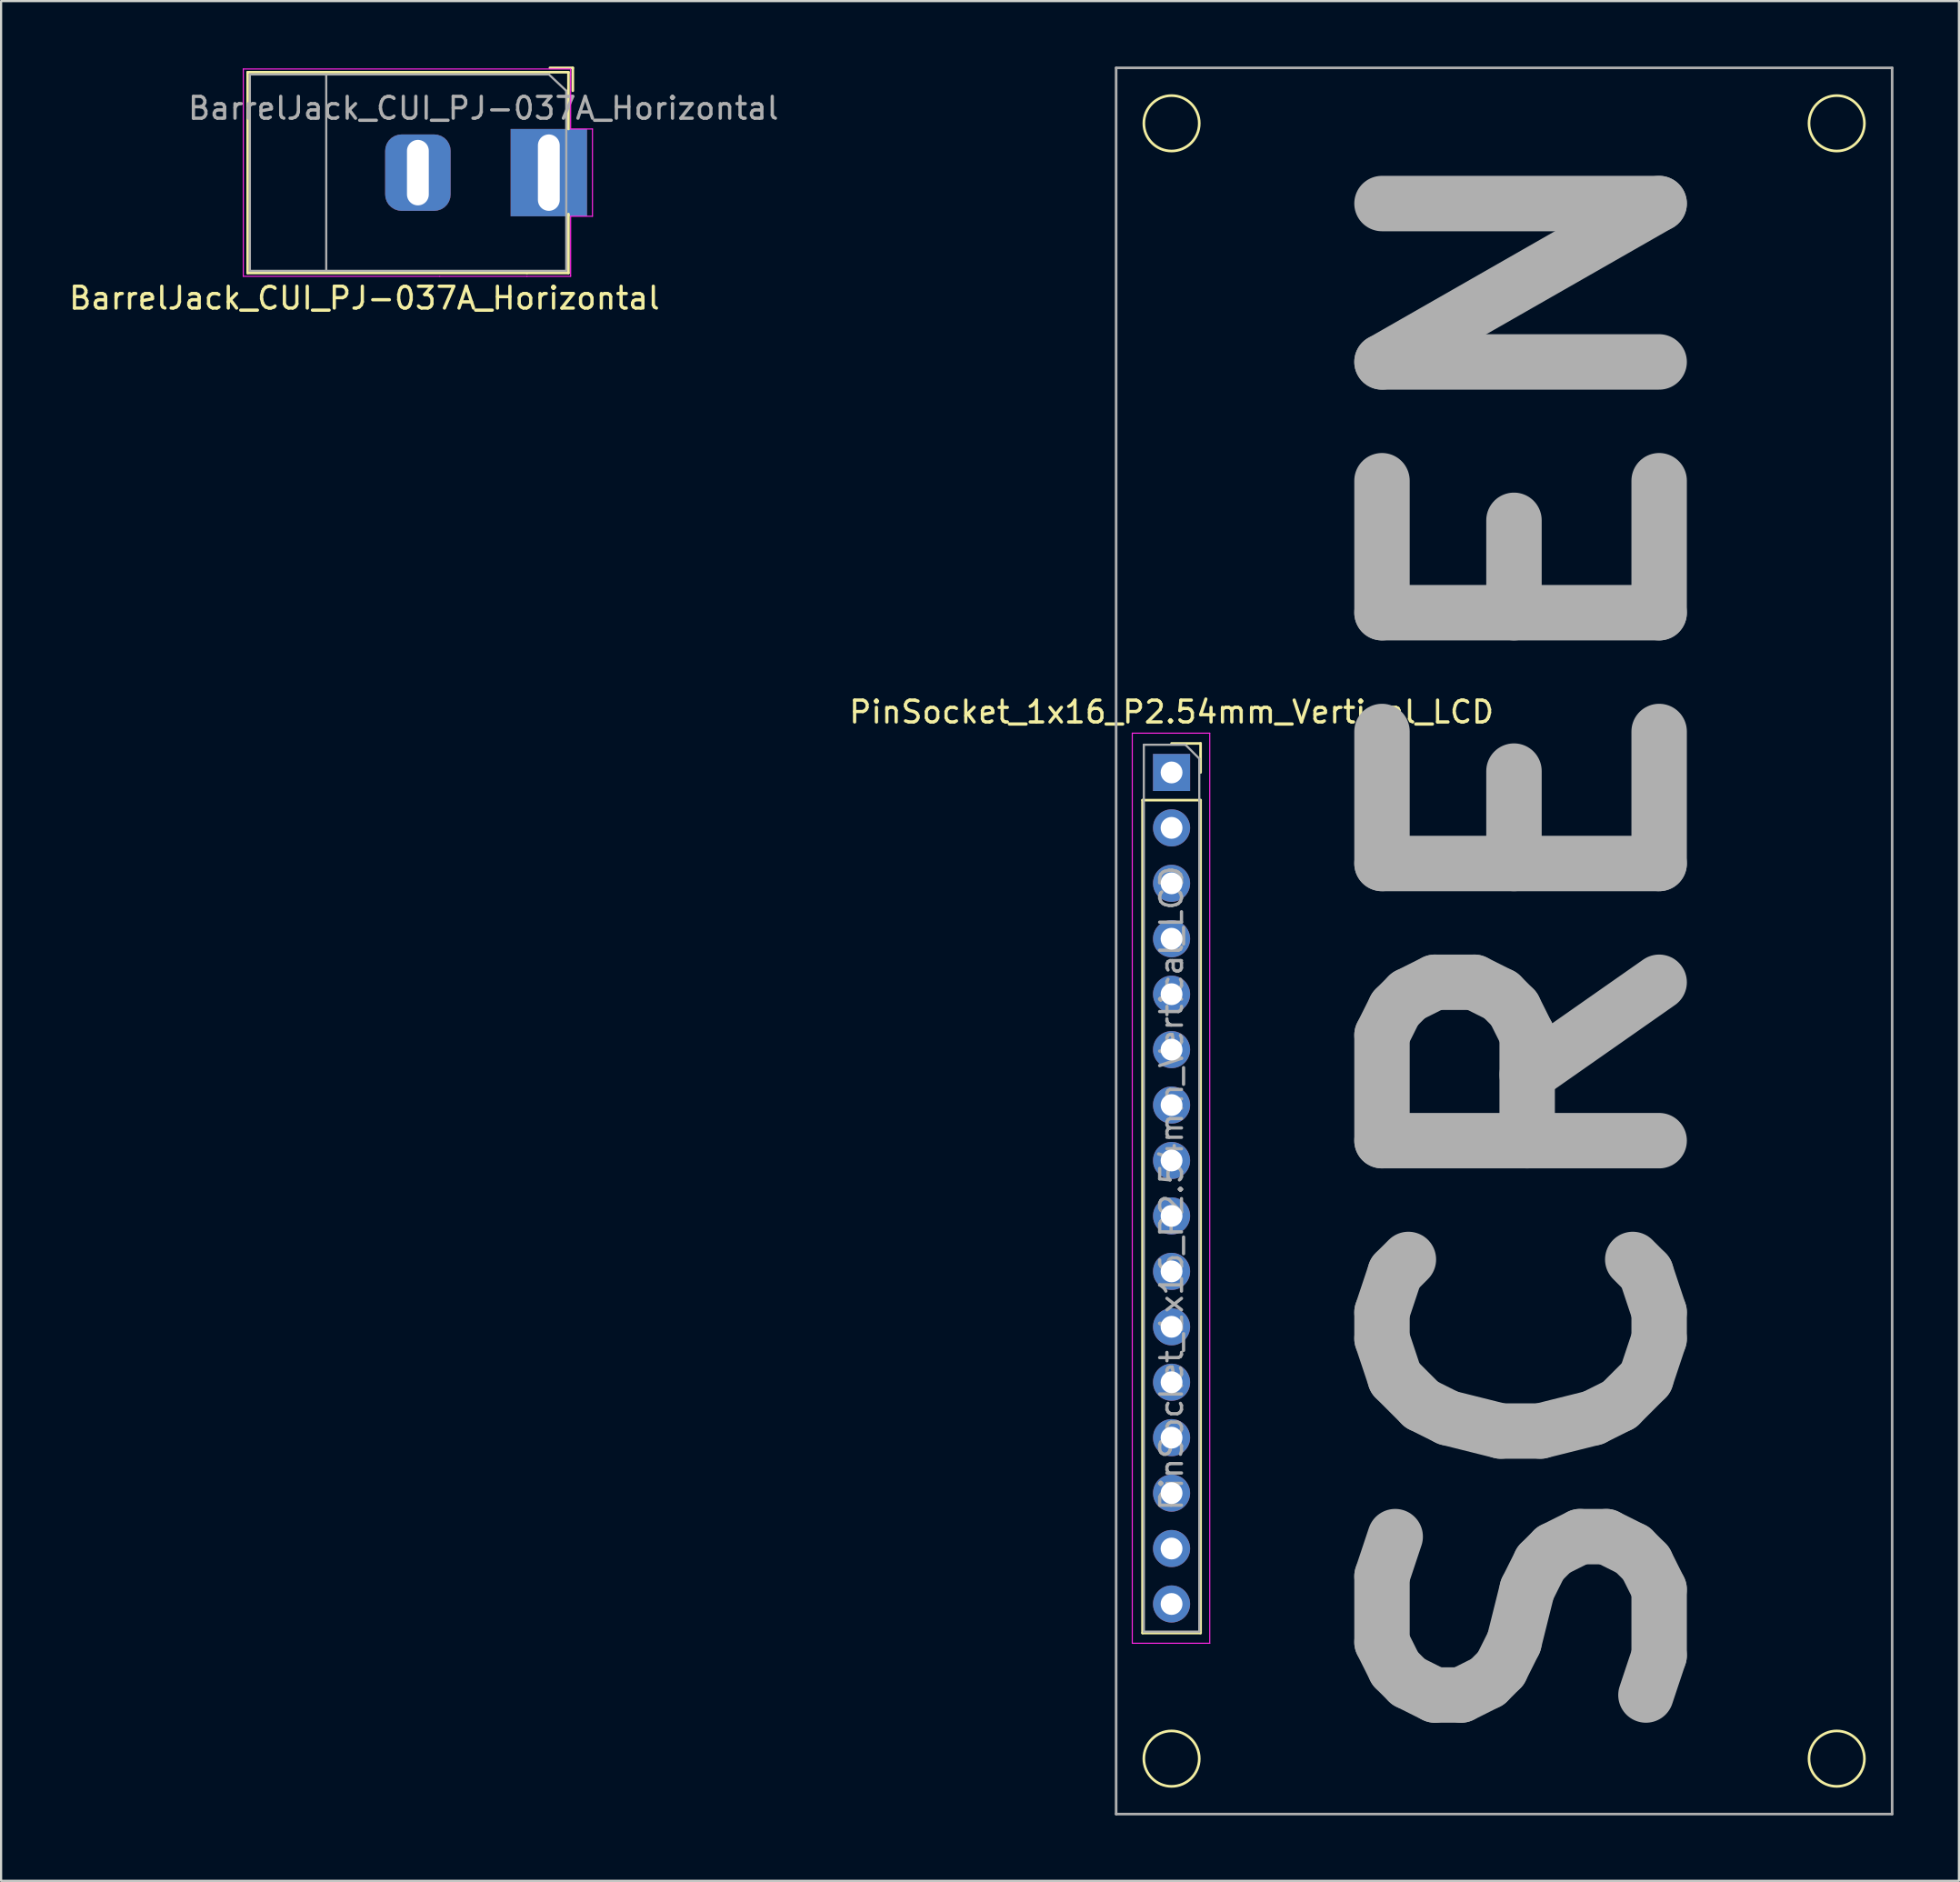
<source format=kicad_pcb>
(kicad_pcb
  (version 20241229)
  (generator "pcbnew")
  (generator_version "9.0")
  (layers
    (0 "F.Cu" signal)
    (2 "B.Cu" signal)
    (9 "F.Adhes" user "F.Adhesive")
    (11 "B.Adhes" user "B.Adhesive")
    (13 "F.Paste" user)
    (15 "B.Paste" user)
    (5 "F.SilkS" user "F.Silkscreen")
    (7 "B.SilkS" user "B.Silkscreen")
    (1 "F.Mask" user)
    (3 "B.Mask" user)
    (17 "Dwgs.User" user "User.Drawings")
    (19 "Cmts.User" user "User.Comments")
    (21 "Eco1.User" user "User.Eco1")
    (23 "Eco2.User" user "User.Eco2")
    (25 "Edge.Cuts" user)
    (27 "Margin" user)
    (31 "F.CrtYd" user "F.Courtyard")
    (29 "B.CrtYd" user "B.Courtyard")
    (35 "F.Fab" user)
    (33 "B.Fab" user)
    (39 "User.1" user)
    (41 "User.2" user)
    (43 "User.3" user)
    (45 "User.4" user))
  (footprint "PinSocket_1x16_P2.54mm_Vertical_LCD"
    (layer "F.Cu")
    (at 50.635 32.343)
    (property "Reference" "PinSocket_1x16_P2.54mm_Vertical_LCD" (at 0 -2.77 180) (layer "F.SilkS") (effects (font (size 1 1) (thickness 0.15))))
    (attr through_hole)
    (fp_line (start -1.33 1.27) (end -1.33 39.43) (stroke (width 0.12) (type solid)) (layer "F.SilkS"))
    (fp_line (start -1.33 1.27) (end 1.33 1.27) (stroke (width 0.12) (type solid)) (layer "F.SilkS"))
    (fp_line (start -1.33 39.43) (end 1.33 39.43) (stroke (width 0.12) (type solid)) (layer "F.SilkS"))
    (fp_line (start 0 -1.33) (end 1.33 -1.33) (stroke (width 0.12) (type solid)) (layer "F.SilkS"))
    (fp_line (start 1.33 -1.33) (end 1.33 0) (stroke (width 0.12) (type solid)) (layer "F.SilkS"))
    (fp_line (start 1.33 1.27) (end 1.33 39.43) (stroke (width 0.12) (type solid)) (layer "F.SilkS"))
    (fp_circle (center 0 -29.743) (end 1.27 -29.743) (stroke (width 0.12) (type solid)) (fill no) (layer "F.SilkS"))
    (fp_circle (center 0 45.187) (end 1.27 45.187) (stroke (width 0.12) (type solid)) (fill no) (layer "F.SilkS"))
    (fp_circle (center 30.48 -29.743) (end 31.75 -29.743) (stroke (width 0.12) (type solid)) (fill no) (layer "F.SilkS"))
    (fp_circle (center 30.48 45.187) (end 31.75 45.187) (stroke (width 0.12) (type solid)) (fill no) (layer "F.SilkS"))
    (fp_line (start -1.8 -1.8) (end 1.75 -1.8) (stroke (width 0.05) (type solid)) (layer "F.CrtYd"))
    (fp_line (start -1.8 39.9) (end -1.8 -1.8) (stroke (width 0.05) (type solid)) (layer "F.CrtYd"))
    (fp_line (start 1.75 -1.8) (end 1.75 39.9) (stroke (width 0.05) (type solid)) (layer "F.CrtYd"))
    (fp_line (start 1.75 39.9) (end -1.8 39.9) (stroke (width 0.05) (type solid)) (layer "F.CrtYd"))
    (fp_line (start -2.54 -32.283) (end 33.02 -32.283) (stroke (width 0.12) (type solid)) (layer "F.Fab"))
    (fp_line (start -2.54 47.727) (end -2.54 -32.283) (stroke (width 0.12) (type solid)) (layer "F.Fab"))
    (fp_line (start -2.54 47.727) (end 33.02 47.727) (stroke (width 0.12) (type solid)) (layer "F.Fab"))
    (fp_line (start -1.27 -1.27) (end 0.635 -1.27) (stroke (width 0.1) (type solid)) (layer "F.Fab"))
    (fp_line (start -1.27 39.37) (end -1.27 -1.27) (stroke (width 0.1) (type solid)) (layer "F.Fab"))
    (fp_line (start 0.635 -1.27) (end 1.27 -0.635) (stroke (width 0.1) (type solid)) (layer "F.Fab"))
    (fp_line (start 1.27 -0.635) (end 1.27 39.37) (stroke (width 0.1) (type solid)) (layer "F.Fab"))
    (fp_line (start 1.27 39.37) (end -1.27 39.37) (stroke (width 0.1) (type solid)) (layer "F.Fab"))
    (fp_line (start 33.02 47.727) (end 33.02 -32.283) (stroke (width 0.12) (type solid)) (layer "F.Fab"))
    (fp_text user "${REFERENCE}" (at 0 19.05 90) (layer "F.Fab") (effects (font (size 1 1) (thickness 0.15))))
    (fp_text user "SCREEN" (at 16.6 7.8 90) (unlocked yes) (layer "F.Fab") (effects (font (size 12.7 12.7) (thickness 2.54))))
    (pad "1" thru_hole rect (at 0 0) (size 1.7 1.7) (drill 1) (layers "*.Cu" "*.Mask"))
    (pad "2" thru_hole oval (at 0 2.54) (size 1.7 1.7) (drill 1) (layers "*.Cu" "*.Mask"))
    (pad "3" thru_hole oval (at 0 5.08) (size 1.7 1.7) (drill 1) (layers "*.Cu" "*.Mask"))
    (pad "4" thru_hole oval (at 0 7.62) (size 1.7 1.7) (drill 1) (layers "*.Cu" "*.Mask"))
    (pad "5" thru_hole oval (at 0 10.16) (size 1.7 1.7) (drill 1) (layers "*.Cu" "*.Mask"))
    (pad "6" thru_hole oval (at 0 12.7) (size 1.7 1.7) (drill 1) (layers "*.Cu" "*.Mask"))
    (pad "7" thru_hole oval (at 0 15.24) (size 1.7 1.7) (drill 1) (layers "*.Cu" "*.Mask"))
    (pad "8" thru_hole oval (at 0 17.78) (size 1.7 1.7) (drill 1) (layers "*.Cu" "*.Mask"))
    (pad "9" thru_hole oval (at 0 20.32) (size 1.7 1.7) (drill 1) (layers "*.Cu" "*.Mask"))
    (pad "10" thru_hole oval (at 0 22.86) (size 1.7 1.7) (drill 1) (layers "*.Cu" "*.Mask"))
    (pad "11" thru_hole oval (at 0 25.4) (size 1.7 1.7) (drill 1) (layers "*.Cu" "*.Mask"))
    (pad "12" thru_hole oval (at 0 27.94) (size 1.7 1.7) (drill 1) (layers "*.Cu" "*.Mask"))
    (pad "13" thru_hole oval (at 0 30.48) (size 1.7 1.7) (drill 1) (layers "*.Cu" "*.Mask"))
    (pad "14" thru_hole oval (at 0 33.02) (size 1.7 1.7) (drill 1) (layers "*.Cu" "*.Mask"))
    (pad "15" thru_hole oval (at 0 35.56) (size 1.7 1.7) (drill 1) (layers "*.Cu" "*.Mask"))
    (pad "16" thru_hole oval (at 0 38.1) (size 1.7 1.7) (drill 1) (layers "*.Cu" "*.Mask")))
  (footprint "BarrelJack_CUI_PJ-037A_Horizontal"
    (layer "F.Cu")
    (at 22.099 4.86)
    (property "Reference" "BarrelJack_CUI_PJ-037A_Horizontal" (at -8.45 5.75 0) (layer "F.SilkS") (effects (font (size 1 1) (thickness 0.15))))
    (attr through_hole)
    (fp_line (start -13.8 -4.6) (end 0.9 -4.6) (stroke (width 0.12) (type solid)) (layer "F.SilkS"))
    (fp_line (start -13.8 4.6) (end -13.8 -4.6) (stroke (width 0.12) (type solid)) (layer "F.SilkS"))
    (fp_line (start -1 4.6) (end -13.8 4.6) (stroke (width 0.12) (type solid)) (layer "F.SilkS"))
    (fp_line (start 0.05 -4.8) (end 1.1 -4.8) (stroke (width 0.12) (type solid)) (layer "F.SilkS"))
    (fp_line (start 0.9 -4.6) (end 0.9 -2) (stroke (width 0.12) (type solid)) (layer "F.SilkS"))
    (fp_line (start 0.9 1.9) (end 0.9 4.6) (stroke (width 0.12) (type solid)) (layer "F.SilkS"))
    (fp_line (start 0.9 4.6) (end -1 4.6) (stroke (width 0.12) (type solid)) (layer "F.SilkS"))
    (fp_line (start 1.1 -3.75) (end 1.1 -4.8) (stroke (width 0.12) (type solid)) (layer "F.SilkS"))
    (fp_line (start -14 4.75) (end -14 -4.75) (stroke (width 0.05) (type solid)) (layer "F.CrtYd"))
    (fp_line (start -5 4.75) (end -14 4.75) (stroke (width 0.05) (type solid)) (layer "F.CrtYd"))
    (fp_line (start -1 4.75) (end -5 4.75) (stroke (width 0.05) (type solid)) (layer "F.CrtYd"))
    (fp_line (start 1 -4.75) (end -14 -4.75) (stroke (width 0.05) (type solid)) (layer "F.CrtYd"))
    (fp_line (start 1 -4.5) (end 1 -4.75) (stroke (width 0.05) (type solid)) (layer "F.CrtYd"))
    (fp_line (start 1 -4.5) (end 1 -2) (stroke (width 0.05) (type solid)) (layer "F.CrtYd"))
    (fp_line (start 1 -2) (end 2 -2) (stroke (width 0.05) (type solid)) (layer "F.CrtYd"))
    (fp_line (start 1 2) (end 1 4.75) (stroke (width 0.05) (type solid)) (layer "F.CrtYd"))
    (fp_line (start 1 4.75) (end -1 4.75) (stroke (width 0.05) (type solid)) (layer "F.CrtYd"))
    (fp_line (start 2 -2) (end 2 2) (stroke (width 0.05) (type solid)) (layer "F.CrtYd"))
    (fp_line (start 2 2) (end 1 2) (stroke (width 0.05) (type solid)) (layer "F.CrtYd"))
    (fp_line (start -13.7 -4.5) (end -13.7 4.5) (stroke (width 0.1) (type solid)) (layer "F.Fab"))
    (fp_line (start -13.7 4.5) (end 0.8 4.5) (stroke (width 0.1) (type solid)) (layer "F.Fab"))
    (fp_line (start -10.2 -4.5) (end -10.2 4.5) (stroke (width 0.1) (type solid)) (layer "F.Fab"))
    (fp_line (start -0.003 -4.505) (end 0.8 -3.75) (stroke (width 0.1) (type solid)) (layer "F.Fab"))
    (fp_line (start 0 -4.5) (end -13.7 -4.5) (stroke (width 0.1) (type solid)) (layer "F.Fab"))
    (fp_line (start 0.8 4.5) (end 0.8 -3.75) (stroke (width 0.1) (type solid)) (layer "F.Fab"))
    (fp_text user "${REFERENCE}" (at -3 -2.95 0) (layer "F.Fab") (effects (font (size 1 1) (thickness 0.15))))
    (pad "1" thru_hole rect (at 0 0) (size 3.5 4) (drill oval 1 3.5) (layers "*.Cu" "*.Mask"))
    (pad "2" thru_hole roundrect (at -6 0) (size 3 3.5) (drill oval 1 3) (layers "*.Cu" "*.Mask") (roundrect_rratio 0.25)))
  (gr_rect
    (start -3 -3)
    (end 86.715 83.13)
    (stroke (width 0.1) (type default))
    (fill no)
    (layer "Edge.Cuts")))
</source>
